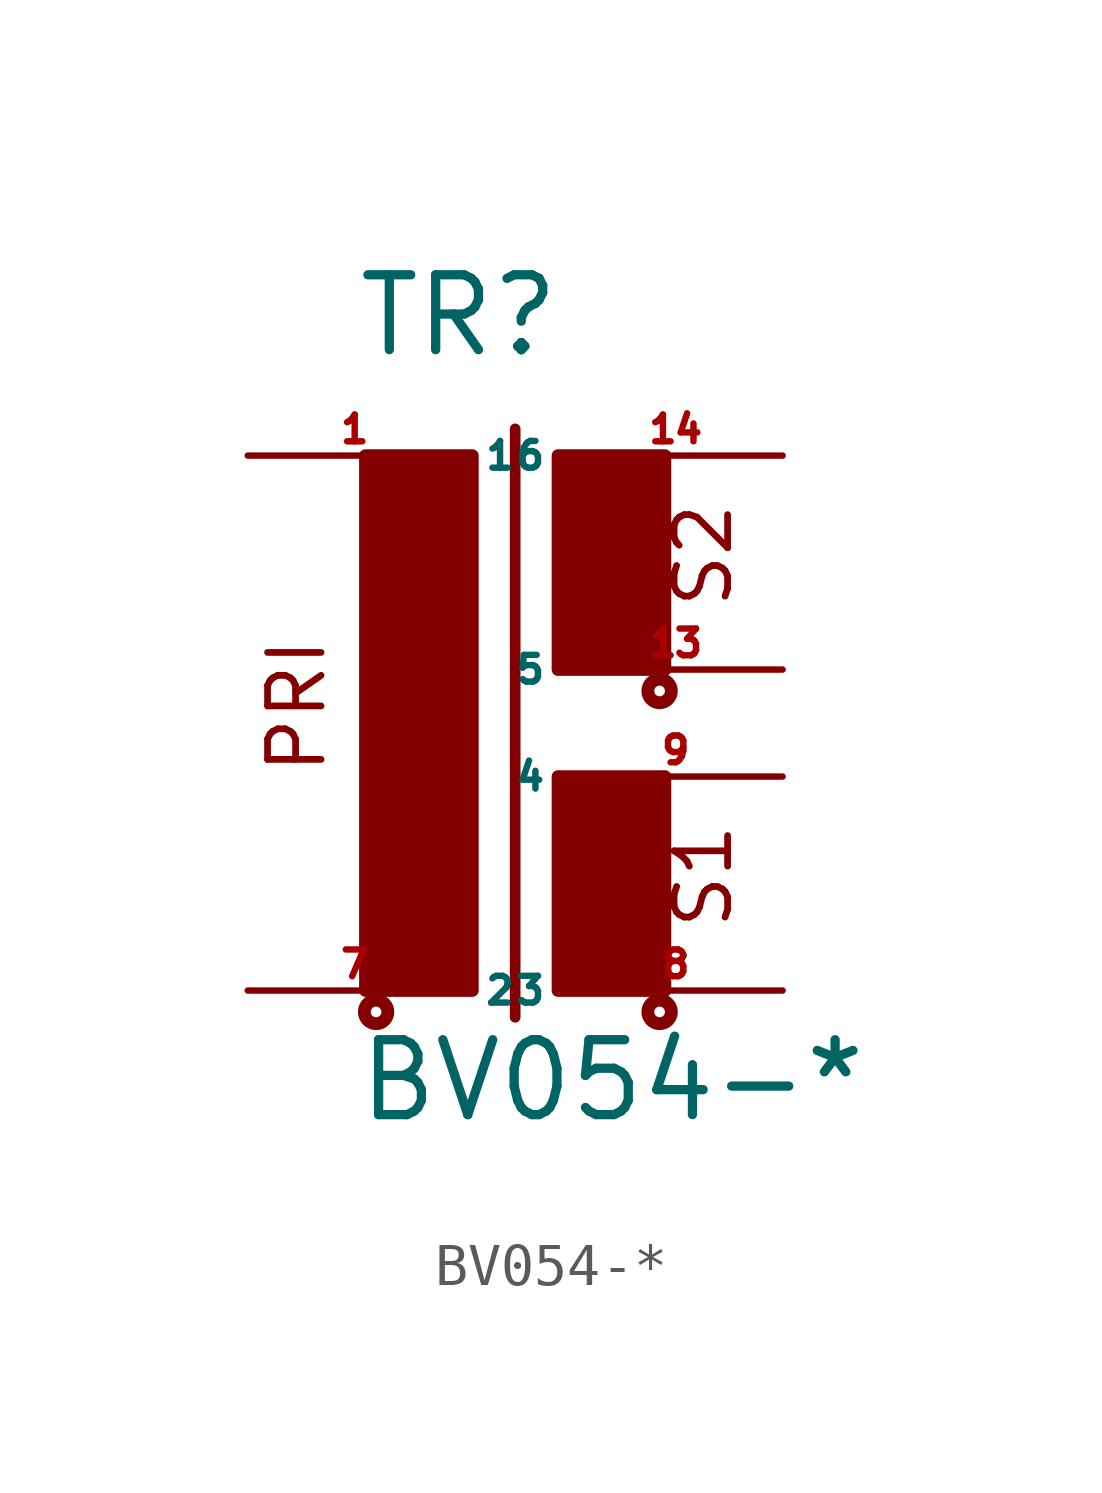
<source format=kicad_sym>
(kicad_symbol_lib
  (version 20220914)
  (generator Eagle2Kicad)
  (symbol "BV054-*"
    (property "Reference" "TR"
      (at -2.54 7.366 0)
      (effects (font (size 1.778 1.778) (thickness 0.22)) (justify left bottom)))
    (property "Value" "BV054-*"
      (at -2.54 -10.795 0)
      (effects (font (size 1.778 1.778) (thickness 0.22)) (justify left bottom)))
    (polyline
      (pts (xy 1.27 5.715) (xy 1.27 -8.255))
      (stroke (width 0.254) (type default))
      (fill (type none)))
    (text "PRI"
      (at -3.175 -2.54 900)
      (effects (font (size 1.27 1.27) (thickness 0.16)) (justify left bottom)))
    (text "S1"
      (at 6.477 -6.223 900)
      (effects (font (size 1.27 1.27) (thickness 0.16)) (justify left bottom)))
    (text "S2"
      (at 6.477 1.397 900)
      (effects (font (size 1.27 1.27) (thickness 0.16)) (justify left bottom)))
    (circle
      (center -2.032 -8.128)
      (radius 0.127)
      (stroke (width 0.305) (type default))
      (fill (type none)))
    (circle
      (center 4.699 -8.128)
      (radius 0.127)
      (stroke (width 0.305) (type default))
      (fill (type none)))
    (circle
      (center 4.699 -0.508)
      (radius 0.127)
      (stroke (width 0.305) (type default))
      (fill (type none)))
    (rectangle
      (start -2.286 -7.62)
      (end 0.254 5.08)
      (stroke (width 0.3) (type default))
      (fill (type outline)))
    (rectangle
      (start 2.286 0)
      (end 4.826 5.08)
      (stroke (width 0.3) (type default))
      (fill (type outline)))
    (rectangle
      (start 2.286 -7.62)
      (end 4.826 -2.54)
      (stroke (width 0.3) (type default))
      (fill (type outline)))
    (pin passive line
      (at -5.08 5.08 0)
      (length 5.08)
      (name "1" (effects (font (size 0.635 0.635) (thickness 0.08)) (justify left bottom)))
      (number "1" (effects (font (size 0.635 0.635) (thickness 0.08)) (justify left bottom))))
    (pin passive line
      (at -5.08 -7.62 0)
      (length 5.08)
      (name "2" (effects (font (size 0.635 0.635) (thickness 0.08)) (justify left bottom)))
      (number "7" (effects (font (size 0.635 0.635) (thickness 0.08)) (justify left bottom))))
    (pin passive line
      (at 7.62 -7.62 180)
      (length 5.08)
      (name "3" (effects (font (size 0.635 0.635) (thickness 0.08)) (justify left bottom)))
      (number "8" (effects (font (size 0.635 0.635) (thickness 0.08)) (justify left bottom))))
    (pin passive line
      (at 7.62 -2.54 180)
      (length 5.08)
      (name "4" (effects (font (size 0.635 0.635) (thickness 0.08)) (justify left bottom)))
      (number "9" (effects (font (size 0.635 0.635) (thickness 0.08)) (justify left bottom))))
    (pin passive line
      (at 7.62 0 180)
      (length 5.08)
      (name "5" (effects (font (size 0.635 0.635) (thickness 0.08)) (justify left bottom)))
      (number "13" (effects (font (size 0.635 0.635) (thickness 0.08)) (justify left bottom))))
    (pin passive line
      (at 7.62 5.08 180)
      (length 5.08)
      (name "6" (effects (font (size 0.635 0.635) (thickness 0.08)) (justify left bottom)))
      (number "14" (effects (font (size 0.635 0.635) (thickness 0.08)) (justify left bottom))))))
</source>
